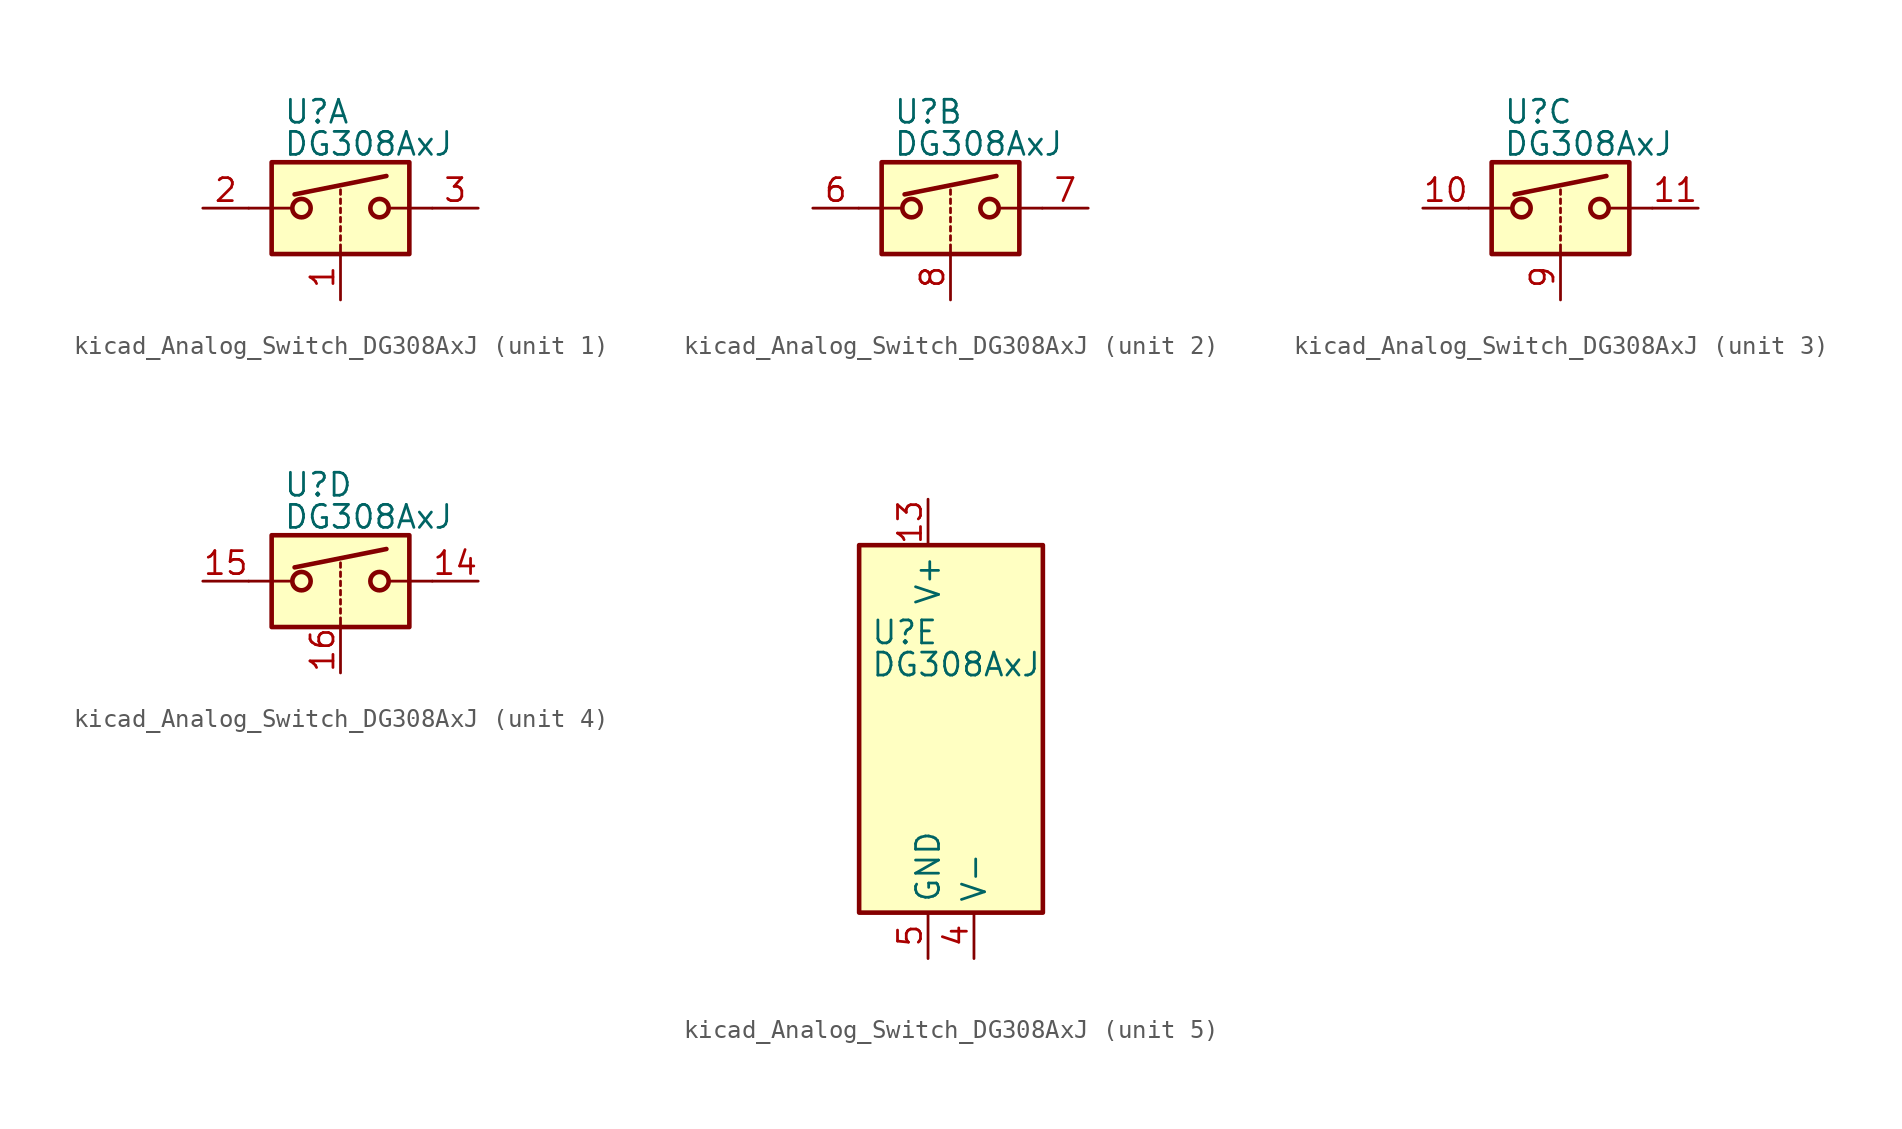
<source format=kicad_sym>
(kicad_symbol_lib
  (version 20220914)
  (generator kicad_symbol_editor)
  (symbol "kicad_Analog_Switch_DG308AxJ"
    (property "Reference" "U"
      (at -3.175 5.334 0)
      (effects (font (size 1.27 1.27)) (justify left)))
    (property "Value" "DG308AxJ"
      (at -3.175 3.556 0)
      (effects (font (size 1.27 1.27)) (justify left)))
    (symbol "kicad_Analog_Switch_DG308AxJ_1_1"
      (rectangle (start -3.81 2.54) (end 3.81 -2.54) (stroke (width 0.254) (type default)) (fill (type background)))
      (circle (center -2.159 0) (radius 0.508) (stroke (width 0.254) (type default)) (fill (type none)))
      (polyline (pts (xy -5.08 0) (xy -2.794 0)) (stroke (width 0) (type default)) (fill (type none)))
      (polyline (pts (xy -2.54 0.762) (xy 2.54 1.778)) (stroke (width 0.254) (type default)) (fill (type none)))
      (polyline (pts (xy 0 -2.54) (xy 0 -2.032)) (stroke (width 0) (type default)) (fill (type none)))
      (polyline (pts (xy 0 -1.778) (xy 0 -1.524)) (stroke (width 0) (type default)) (fill (type none)))
      (polyline (pts (xy 0 -1.27) (xy 0 -1.016)) (stroke (width 0) (type default)) (fill (type none)))
      (polyline (pts (xy 0 -0.762) (xy 0 -0.508)) (stroke (width 0) (type default)) (fill (type none)))
      (polyline (pts (xy 0 -0.254) (xy 0 0)) (stroke (width 0) (type default)) (fill (type none)))
      (polyline (pts (xy 0 0.254) (xy 0 0.508)) (stroke (width 0) (type default)) (fill (type none)))
      (polyline (pts (xy 0 0.762) (xy 0 1.016)) (stroke (width 0) (type default)) (fill (type none)))
      (polyline (pts (xy 5.08 0) (xy 2.794 0)) (stroke (width 0) (type default)) (fill (type none)))
      (circle (center 2.159 0) (radius 0.508) (stroke (width 0.254) (type default)) (fill (type none)))
      (pin input line (at 0 -5.08 90) (length 2.54) (name "~" (effects (font (size 1.27 1.27)))) (number "1" (effects (font (size 1.27 1.27)))))
      (pin passive line (at -7.62 0 0) (length 2.54) (name "~" (effects (font (size 1.27 1.27)))) (number "2" (effects (font (size 1.27 1.27)))))
      (pin passive line (at 7.62 0 180) (length 2.54) (name "~" (effects (font (size 1.27 1.27)))) (number "3" (effects (font (size 1.27 1.27))))))
    (symbol "kicad_Analog_Switch_DG308AxJ_2_1"
      (rectangle (start -3.81 2.54) (end 3.81 -2.54) (stroke (width 0.254) (type default)) (fill (type background)))
      (circle (center -2.159 0) (radius 0.508) (stroke (width 0.254) (type default)) (fill (type none)))
      (polyline (pts (xy -5.08 0) (xy -2.794 0)) (stroke (width 0) (type default)) (fill (type none)))
      (polyline (pts (xy -2.54 0.762) (xy 2.54 1.778)) (stroke (width 0.254) (type default)) (fill (type none)))
      (polyline (pts (xy 0 -2.54) (xy 0 -2.032)) (stroke (width 0) (type default)) (fill (type none)))
      (polyline (pts (xy 0 -1.778) (xy 0 -1.524)) (stroke (width 0) (type default)) (fill (type none)))
      (polyline (pts (xy 0 -1.27) (xy 0 -1.016)) (stroke (width 0) (type default)) (fill (type none)))
      (polyline (pts (xy 0 -0.762) (xy 0 -0.508)) (stroke (width 0) (type default)) (fill (type none)))
      (polyline (pts (xy 0 -0.254) (xy 0 0)) (stroke (width 0) (type default)) (fill (type none)))
      (polyline (pts (xy 0 0.254) (xy 0 0.508)) (stroke (width 0) (type default)) (fill (type none)))
      (polyline (pts (xy 0 0.762) (xy 0 1.016)) (stroke (width 0) (type default)) (fill (type none)))
      (polyline (pts (xy 5.08 0) (xy 2.794 0)) (stroke (width 0) (type default)) (fill (type none)))
      (circle (center 2.159 0) (radius 0.508) (stroke (width 0.254) (type default)) (fill (type none)))
      (pin passive line (at -7.62 0 0) (length 2.54) (name "~" (effects (font (size 1.27 1.27)))) (number "6" (effects (font (size 1.27 1.27)))))
      (pin passive line (at 7.62 0 180) (length 2.54) (name "~" (effects (font (size 1.27 1.27)))) (number "7" (effects (font (size 1.27 1.27)))))
      (pin input line (at 0 -5.08 90) (length 2.54) (name "~" (effects (font (size 1.27 1.27)))) (number "8" (effects (font (size 1.27 1.27))))))
    (symbol "kicad_Analog_Switch_DG308AxJ_3_1"
      (rectangle (start -3.81 2.54) (end 3.81 -2.54) (stroke (width 0.254) (type default)) (fill (type background)))
      (circle (center -2.159 0) (radius 0.508) (stroke (width 0.254) (type default)) (fill (type none)))
      (polyline (pts (xy -5.08 0) (xy -2.794 0)) (stroke (width 0) (type default)) (fill (type none)))
      (polyline (pts (xy -2.54 0.762) (xy 2.54 1.778)) (stroke (width 0.254) (type default)) (fill (type none)))
      (polyline (pts (xy 0 -2.54) (xy 0 -2.032)) (stroke (width 0) (type default)) (fill (type none)))
      (polyline (pts (xy 0 -1.778) (xy 0 -1.524)) (stroke (width 0) (type default)) (fill (type none)))
      (polyline (pts (xy 0 -1.27) (xy 0 -1.016)) (stroke (width 0) (type default)) (fill (type none)))
      (polyline (pts (xy 0 -0.762) (xy 0 -0.508)) (stroke (width 0) (type default)) (fill (type none)))
      (polyline (pts (xy 0 -0.254) (xy 0 0)) (stroke (width 0) (type default)) (fill (type none)))
      (polyline (pts (xy 0 0.254) (xy 0 0.508)) (stroke (width 0) (type default)) (fill (type none)))
      (polyline (pts (xy 0 0.762) (xy 0 1.016)) (stroke (width 0) (type default)) (fill (type none)))
      (polyline (pts (xy 5.08 0) (xy 2.794 0)) (stroke (width 0) (type default)) (fill (type none)))
      (circle (center 2.159 0) (radius 0.508) (stroke (width 0.254) (type default)) (fill (type none)))
      (pin passive line (at -7.62 0 0) (length 2.54) (name "~" (effects (font (size 1.27 1.27)))) (number "10" (effects (font (size 1.27 1.27)))))
      (pin passive line (at 7.62 0 180) (length 2.54) (name "~" (effects (font (size 1.27 1.27)))) (number "11" (effects (font (size 1.27 1.27)))))
      (pin input line (at 0 -5.08 90) (length 2.54) (name "~" (effects (font (size 1.27 1.27)))) (number "9" (effects (font (size 1.27 1.27))))))
    (symbol "kicad_Analog_Switch_DG308AxJ_4_1"
      (rectangle (start -3.81 2.54) (end 3.81 -2.54) (stroke (width 0.254) (type default)) (fill (type background)))
      (circle (center -2.159 0) (radius 0.508) (stroke (width 0.254) (type default)) (fill (type none)))
      (polyline (pts (xy -5.08 0) (xy -2.794 0)) (stroke (width 0) (type default)) (fill (type none)))
      (polyline (pts (xy -2.54 0.762) (xy 2.54 1.778)) (stroke (width 0.254) (type default)) (fill (type none)))
      (polyline (pts (xy 0 -2.54) (xy 0 -2.032)) (stroke (width 0) (type default)) (fill (type none)))
      (polyline (pts (xy 0 -1.778) (xy 0 -1.524)) (stroke (width 0) (type default)) (fill (type none)))
      (polyline (pts (xy 0 -1.27) (xy 0 -1.016)) (stroke (width 0) (type default)) (fill (type none)))
      (polyline (pts (xy 0 -0.762) (xy 0 -0.508)) (stroke (width 0) (type default)) (fill (type none)))
      (polyline (pts (xy 0 -0.254) (xy 0 0)) (stroke (width 0) (type default)) (fill (type none)))
      (polyline (pts (xy 0 0.254) (xy 0 0.508)) (stroke (width 0) (type default)) (fill (type none)))
      (polyline (pts (xy 0 0.762) (xy 0 1.016)) (stroke (width 0) (type default)) (fill (type none)))
      (polyline (pts (xy 5.08 0) (xy 2.794 0)) (stroke (width 0) (type default)) (fill (type none)))
      (circle (center 2.159 0) (radius 0.508) (stroke (width 0.254) (type default)) (fill (type none)))
      (pin passive line (at 7.62 0 180) (length 2.54) (name "~" (effects (font (size 1.27 1.27)))) (number "14" (effects (font (size 1.27 1.27)))))
      (pin passive line (at -7.62 0 0) (length 2.54) (name "~" (effects (font (size 1.27 1.27)))) (number "15" (effects (font (size 1.27 1.27)))))
      (pin input line (at 0 -5.08 90) (length 2.54) (name "~" (effects (font (size 1.27 1.27)))) (number "16" (effects (font (size 1.27 1.27))))))
    (symbol "kicad_Analog_Switch_DG308AxJ_5_0"
      (pin no_connect line (at 2.54 10.16 270) (length 2.54) hide (name "NC" (effects (font (size 1.27 1.27)))) (number "12" (effects (font (size 1.27 1.27)))))
      (pin power_in line (at 0 12.7 270) (length 2.54) (name "V+" (effects (font (size 1.27 1.27)))) (number "13" (effects (font (size 1.27 1.27)))))
      (pin power_in line (at 2.54 -12.7 90) (length 2.54) (name "V-" (effects (font (size 1.27 1.27)))) (number "4" (effects (font (size 1.27 1.27)))))
      (pin power_in line (at 0 -12.7 90) (length 2.54) (name "GND" (effects (font (size 1.27 1.27)))) (number "5" (effects (font (size 1.27 1.27))))))
    (symbol "kicad_Analog_Switch_DG308AxJ_5_1"
      (rectangle (start -3.81 10.16) (end 6.35 -10.16) (stroke (width 0.254) (type default)) (fill (type background))))))
</source>
